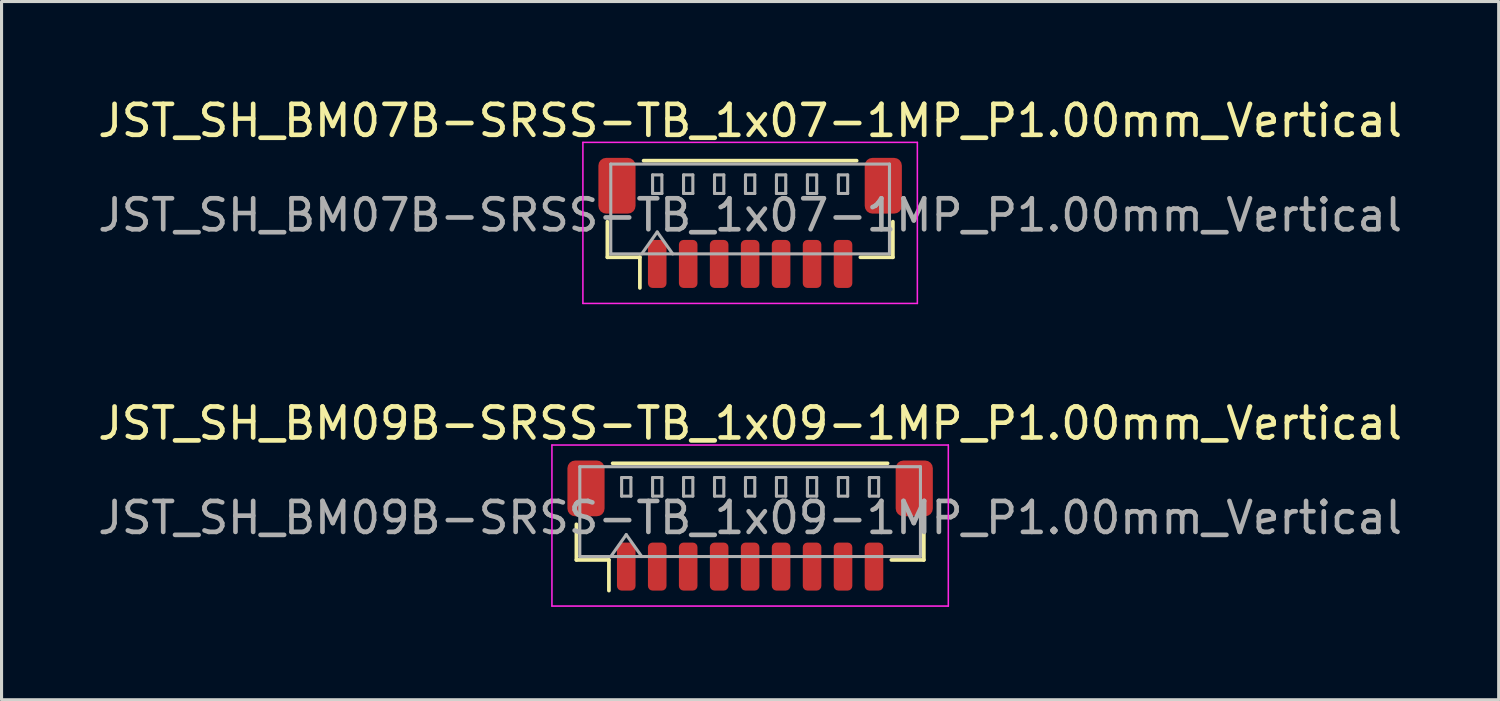
<source format=kicad_pcb>
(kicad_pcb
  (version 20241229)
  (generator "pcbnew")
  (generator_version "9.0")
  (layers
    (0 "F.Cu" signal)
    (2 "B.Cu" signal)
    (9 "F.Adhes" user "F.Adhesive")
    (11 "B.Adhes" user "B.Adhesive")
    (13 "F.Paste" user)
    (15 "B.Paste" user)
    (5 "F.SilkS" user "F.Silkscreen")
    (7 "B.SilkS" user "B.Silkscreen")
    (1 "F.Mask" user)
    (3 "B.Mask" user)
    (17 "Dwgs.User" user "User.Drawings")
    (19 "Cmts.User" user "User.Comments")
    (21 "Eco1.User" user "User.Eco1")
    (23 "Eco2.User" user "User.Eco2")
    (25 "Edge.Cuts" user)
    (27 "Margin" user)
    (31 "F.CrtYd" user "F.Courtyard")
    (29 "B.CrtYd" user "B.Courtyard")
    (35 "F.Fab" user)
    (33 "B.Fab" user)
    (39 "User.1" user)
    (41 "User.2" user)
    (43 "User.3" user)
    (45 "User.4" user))
  (footprint "JST_SH_BM09B-SRSS-TB_1x09-1MP_P1.00mm_Vertical"
    (layer "F.Cu")
    (at 21.173 13.921)
    (property "Reference" "JST_SH_BM09B-SRSS-TB_1x09-1MP_P1.00mm_Vertical" (at 0 -3.3 0) (layer "F.SilkS") (effects (font (size 1 1) (thickness 0.15))))
    (attr smd)
    (fp_line (start -5.61 -0.04) (end -5.61 1.11) (stroke (width 0.12) (type solid)) (layer "F.SilkS"))
    (fp_line (start -5.61 1.11) (end -4.56 1.11) (stroke (width 0.12) (type solid)) (layer "F.SilkS"))
    (fp_line (start -4.56 1.11) (end -4.56 2.1) (stroke (width 0.12) (type solid)) (layer "F.SilkS"))
    (fp_line (start -4.44 -2.01) (end 4.44 -2.01) (stroke (width 0.12) (type solid)) (layer "F.SilkS"))
    (fp_line (start 5.61 -0.04) (end 5.61 1.11) (stroke (width 0.12) (type solid)) (layer "F.SilkS"))
    (fp_line (start 5.61 1.11) (end 4.56 1.11) (stroke (width 0.12) (type solid)) (layer "F.SilkS"))
    (fp_line (start -6.4 -2.6) (end -6.4 2.6) (stroke (width 0.05) (type solid)) (layer "F.CrtYd"))
    (fp_line (start -6.4 2.6) (end 6.4 2.6) (stroke (width 0.05) (type solid)) (layer "F.CrtYd"))
    (fp_line (start 6.4 -2.6) (end -6.4 -2.6) (stroke (width 0.05) (type solid)) (layer "F.CrtYd"))
    (fp_line (start 6.4 2.6) (end 6.4 -2.6) (stroke (width 0.05) (type solid)) (layer "F.CrtYd"))
    (fp_line (start -5.5 -1.9) (end 5.5 -1.9) (stroke (width 0.1) (type solid)) (layer "F.Fab"))
    (fp_line (start -5.5 1) (end -5.5 -1.9) (stroke (width 0.1) (type solid)) (layer "F.Fab"))
    (fp_line (start -5.5 1) (end 5.5 1) (stroke (width 0.1) (type solid)) (layer "F.Fab"))
    (fp_line (start -4.5 1) (end -4 0.293) (stroke (width 0.1) (type solid)) (layer "F.Fab"))
    (fp_line (start -4.15 -1.55) (end -4.15 -0.95) (stroke (width 0.1) (type solid)) (layer "F.Fab"))
    (fp_line (start -4.15 -0.95) (end -3.85 -0.95) (stroke (width 0.1) (type solid)) (layer "F.Fab"))
    (fp_line (start -4 0.293) (end -3.5 1) (stroke (width 0.1) (type solid)) (layer "F.Fab"))
    (fp_line (start -3.85 -1.55) (end -4.15 -1.55) (stroke (width 0.1) (type solid)) (layer "F.Fab"))
    (fp_line (start -3.85 -0.95) (end -3.85 -1.55) (stroke (width 0.1) (type solid)) (layer "F.Fab"))
    (fp_line (start -3.15 -1.55) (end -3.15 -0.95) (stroke (width 0.1) (type solid)) (layer "F.Fab"))
    (fp_line (start -3.15 -0.95) (end -2.85 -0.95) (stroke (width 0.1) (type solid)) (layer "F.Fab"))
    (fp_line (start -2.85 -1.55) (end -3.15 -1.55) (stroke (width 0.1) (type solid)) (layer "F.Fab"))
    (fp_line (start -2.85 -0.95) (end -2.85 -1.55) (stroke (width 0.1) (type solid)) (layer "F.Fab"))
    (fp_line (start -2.15 -1.55) (end -2.15 -0.95) (stroke (width 0.1) (type solid)) (layer "F.Fab"))
    (fp_line (start -2.15 -0.95) (end -1.85 -0.95) (stroke (width 0.1) (type solid)) (layer "F.Fab"))
    (fp_line (start -1.85 -1.55) (end -2.15 -1.55) (stroke (width 0.1) (type solid)) (layer "F.Fab"))
    (fp_line (start -1.85 -0.95) (end -1.85 -1.55) (stroke (width 0.1) (type solid)) (layer "F.Fab"))
    (fp_line (start -1.15 -1.55) (end -1.15 -0.95) (stroke (width 0.1) (type solid)) (layer "F.Fab"))
    (fp_line (start -1.15 -0.95) (end -0.85 -0.95) (stroke (width 0.1) (type solid)) (layer "F.Fab"))
    (fp_line (start -0.85 -1.55) (end -1.15 -1.55) (stroke (width 0.1) (type solid)) (layer "F.Fab"))
    (fp_line (start -0.85 -0.95) (end -0.85 -1.55) (stroke (width 0.1) (type solid)) (layer "F.Fab"))
    (fp_line (start -0.15 -1.55) (end -0.15 -0.95) (stroke (width 0.1) (type solid)) (layer "F.Fab"))
    (fp_line (start -0.15 -0.95) (end 0.15 -0.95) (stroke (width 0.1) (type solid)) (layer "F.Fab"))
    (fp_line (start 0.15 -1.55) (end -0.15 -1.55) (stroke (width 0.1) (type solid)) (layer "F.Fab"))
    (fp_line (start 0.15 -0.95) (end 0.15 -1.55) (stroke (width 0.1) (type solid)) (layer "F.Fab"))
    (fp_line (start 0.85 -1.55) (end 0.85 -0.95) (stroke (width 0.1) (type solid)) (layer "F.Fab"))
    (fp_line (start 0.85 -0.95) (end 1.15 -0.95) (stroke (width 0.1) (type solid)) (layer "F.Fab"))
    (fp_line (start 1.15 -1.55) (end 0.85 -1.55) (stroke (width 0.1) (type solid)) (layer "F.Fab"))
    (fp_line (start 1.15 -0.95) (end 1.15 -1.55) (stroke (width 0.1) (type solid)) (layer "F.Fab"))
    (fp_line (start 1.85 -1.55) (end 1.85 -0.95) (stroke (width 0.1) (type solid)) (layer "F.Fab"))
    (fp_line (start 1.85 -0.95) (end 2.15 -0.95) (stroke (width 0.1) (type solid)) (layer "F.Fab"))
    (fp_line (start 2.15 -1.55) (end 1.85 -1.55) (stroke (width 0.1) (type solid)) (layer "F.Fab"))
    (fp_line (start 2.15 -0.95) (end 2.15 -1.55) (stroke (width 0.1) (type solid)) (layer "F.Fab"))
    (fp_line (start 2.85 -1.55) (end 2.85 -0.95) (stroke (width 0.1) (type solid)) (layer "F.Fab"))
    (fp_line (start 2.85 -0.95) (end 3.15 -0.95) (stroke (width 0.1) (type solid)) (layer "F.Fab"))
    (fp_line (start 3.15 -1.55) (end 2.85 -1.55) (stroke (width 0.1) (type solid)) (layer "F.Fab"))
    (fp_line (start 3.15 -0.95) (end 3.15 -1.55) (stroke (width 0.1) (type solid)) (layer "F.Fab"))
    (fp_line (start 3.85 -1.55) (end 3.85 -0.95) (stroke (width 0.1) (type solid)) (layer "F.Fab"))
    (fp_line (start 3.85 -0.95) (end 4.15 -0.95) (stroke (width 0.1) (type solid)) (layer "F.Fab"))
    (fp_line (start 4.15 -1.55) (end 3.85 -1.55) (stroke (width 0.1) (type solid)) (layer "F.Fab"))
    (fp_line (start 4.15 -0.95) (end 4.15 -1.55) (stroke (width 0.1) (type solid)) (layer "F.Fab"))
    (fp_line (start 5.5 1) (end 5.5 -1.9) (stroke (width 0.1) (type solid)) (layer "F.Fab"))
    (fp_text user "${REFERENCE}" (at 0 -0.25 0) (layer "F.Fab") (effects (font (size 1 1) (thickness 0.15))))
    (pad "1" smd roundrect (at -4 1.325) (size 0.6 1.55) (layers "F.Cu" "F.Mask" "F.Paste") (roundrect_rratio 0.25))
    (pad "2" smd roundrect (at -3 1.325) (size 0.6 1.55) (layers "F.Cu" "F.Mask" "F.Paste") (roundrect_rratio 0.25))
    (pad "3" smd roundrect (at -2 1.325) (size 0.6 1.55) (layers "F.Cu" "F.Mask" "F.Paste") (roundrect_rratio 0.25))
    (pad "4" smd roundrect (at -1 1.325) (size 0.6 1.55) (layers "F.Cu" "F.Mask" "F.Paste") (roundrect_rratio 0.25))
    (pad "5" smd roundrect (at 0 1.325) (size 0.6 1.55) (layers "F.Cu" "F.Mask" "F.Paste") (roundrect_rratio 0.25))
    (pad "6" smd roundrect (at 1 1.325) (size 0.6 1.55) (layers "F.Cu" "F.Mask" "F.Paste") (roundrect_rratio 0.25))
    (pad "7" smd roundrect (at 2 1.325) (size 0.6 1.55) (layers "F.Cu" "F.Mask" "F.Paste") (roundrect_rratio 0.25))
    (pad "8" smd roundrect (at 3 1.325) (size 0.6 1.55) (layers "F.Cu" "F.Mask" "F.Paste") (roundrect_rratio 0.25))
    (pad "9" smd roundrect (at 4 1.325) (size 0.6 1.55) (layers "F.Cu" "F.Mask" "F.Paste") (roundrect_rratio 0.25))
    (pad "MP" smd roundrect (at -5.3 -1.2) (size 1.2 1.8) (layers "F.Cu" "F.Mask" "F.Paste") (roundrect_rratio 0.208))
    (pad "MP" smd roundrect (at 5.3 -1.2) (size 1.2 1.8) (layers "F.Cu" "F.Mask" "F.Paste") (roundrect_rratio 0.208)))
  (footprint "JST_SH_BM07B-SRSS-TB_1x07-1MP_P1.00mm_Vertical"
    (layer "F.Cu")
    (at 21.173 4.148)
    (property "Reference" "JST_SH_BM07B-SRSS-TB_1x07-1MP_P1.00mm_Vertical" (at 0 -3.3 0) (layer "F.SilkS") (effects (font (size 1 1) (thickness 0.15))))
    (attr smd)
    (fp_line (start -4.61 -0.04) (end -4.61 1.11) (stroke (width 0.12) (type solid)) (layer "F.SilkS"))
    (fp_line (start -4.61 1.11) (end -3.56 1.11) (stroke (width 0.12) (type solid)) (layer "F.SilkS"))
    (fp_line (start -3.56 1.11) (end -3.56 2.1) (stroke (width 0.12) (type solid)) (layer "F.SilkS"))
    (fp_line (start -3.44 -2.01) (end 3.44 -2.01) (stroke (width 0.12) (type solid)) (layer "F.SilkS"))
    (fp_line (start 4.61 -0.04) (end 4.61 1.11) (stroke (width 0.12) (type solid)) (layer "F.SilkS"))
    (fp_line (start 4.61 1.11) (end 3.56 1.11) (stroke (width 0.12) (type solid)) (layer "F.SilkS"))
    (fp_line (start -5.4 -2.6) (end -5.4 2.6) (stroke (width 0.05) (type solid)) (layer "F.CrtYd"))
    (fp_line (start -5.4 2.6) (end 5.4 2.6) (stroke (width 0.05) (type solid)) (layer "F.CrtYd"))
    (fp_line (start 5.4 -2.6) (end -5.4 -2.6) (stroke (width 0.05) (type solid)) (layer "F.CrtYd"))
    (fp_line (start 5.4 2.6) (end 5.4 -2.6) (stroke (width 0.05) (type solid)) (layer "F.CrtYd"))
    (fp_line (start -4.5 -1.9) (end 4.5 -1.9) (stroke (width 0.1) (type solid)) (layer "F.Fab"))
    (fp_line (start -4.5 1) (end -4.5 -1.9) (stroke (width 0.1) (type solid)) (layer "F.Fab"))
    (fp_line (start -4.5 1) (end 4.5 1) (stroke (width 0.1) (type solid)) (layer "F.Fab"))
    (fp_line (start -3.5 1) (end -3 0.293) (stroke (width 0.1) (type solid)) (layer "F.Fab"))
    (fp_line (start -3.15 -1.55) (end -3.15 -0.95) (stroke (width 0.1) (type solid)) (layer "F.Fab"))
    (fp_line (start -3.15 -0.95) (end -2.85 -0.95) (stroke (width 0.1) (type solid)) (layer "F.Fab"))
    (fp_line (start -3 0.293) (end -2.5 1) (stroke (width 0.1) (type solid)) (layer "F.Fab"))
    (fp_line (start -2.85 -1.55) (end -3.15 -1.55) (stroke (width 0.1) (type solid)) (layer "F.Fab"))
    (fp_line (start -2.85 -0.95) (end -2.85 -1.55) (stroke (width 0.1) (type solid)) (layer "F.Fab"))
    (fp_line (start -2.15 -1.55) (end -2.15 -0.95) (stroke (width 0.1) (type solid)) (layer "F.Fab"))
    (fp_line (start -2.15 -0.95) (end -1.85 -0.95) (stroke (width 0.1) (type solid)) (layer "F.Fab"))
    (fp_line (start -1.85 -1.55) (end -2.15 -1.55) (stroke (width 0.1) (type solid)) (layer "F.Fab"))
    (fp_line (start -1.85 -0.95) (end -1.85 -1.55) (stroke (width 0.1) (type solid)) (layer "F.Fab"))
    (fp_line (start -1.15 -1.55) (end -1.15 -0.95) (stroke (width 0.1) (type solid)) (layer "F.Fab"))
    (fp_line (start -1.15 -0.95) (end -0.85 -0.95) (stroke (width 0.1) (type solid)) (layer "F.Fab"))
    (fp_line (start -0.85 -1.55) (end -1.15 -1.55) (stroke (width 0.1) (type solid)) (layer "F.Fab"))
    (fp_line (start -0.85 -0.95) (end -0.85 -1.55) (stroke (width 0.1) (type solid)) (layer "F.Fab"))
    (fp_line (start -0.15 -1.55) (end -0.15 -0.95) (stroke (width 0.1) (type solid)) (layer "F.Fab"))
    (fp_line (start -0.15 -0.95) (end 0.15 -0.95) (stroke (width 0.1) (type solid)) (layer "F.Fab"))
    (fp_line (start 0.15 -1.55) (end -0.15 -1.55) (stroke (width 0.1) (type solid)) (layer "F.Fab"))
    (fp_line (start 0.15 -0.95) (end 0.15 -1.55) (stroke (width 0.1) (type solid)) (layer "F.Fab"))
    (fp_line (start 0.85 -1.55) (end 0.85 -0.95) (stroke (width 0.1) (type solid)) (layer "F.Fab"))
    (fp_line (start 0.85 -0.95) (end 1.15 -0.95) (stroke (width 0.1) (type solid)) (layer "F.Fab"))
    (fp_line (start 1.15 -1.55) (end 0.85 -1.55) (stroke (width 0.1) (type solid)) (layer "F.Fab"))
    (fp_line (start 1.15 -0.95) (end 1.15 -1.55) (stroke (width 0.1) (type solid)) (layer "F.Fab"))
    (fp_line (start 1.85 -1.55) (end 1.85 -0.95) (stroke (width 0.1) (type solid)) (layer "F.Fab"))
    (fp_line (start 1.85 -0.95) (end 2.15 -0.95) (stroke (width 0.1) (type solid)) (layer "F.Fab"))
    (fp_line (start 2.15 -1.55) (end 1.85 -1.55) (stroke (width 0.1) (type solid)) (layer "F.Fab"))
    (fp_line (start 2.15 -0.95) (end 2.15 -1.55) (stroke (width 0.1) (type solid)) (layer "F.Fab"))
    (fp_line (start 2.85 -1.55) (end 2.85 -0.95) (stroke (width 0.1) (type solid)) (layer "F.Fab"))
    (fp_line (start 2.85 -0.95) (end 3.15 -0.95) (stroke (width 0.1) (type solid)) (layer "F.Fab"))
    (fp_line (start 3.15 -1.55) (end 2.85 -1.55) (stroke (width 0.1) (type solid)) (layer "F.Fab"))
    (fp_line (start 3.15 -0.95) (end 3.15 -1.55) (stroke (width 0.1) (type solid)) (layer "F.Fab"))
    (fp_line (start 4.5 1) (end 4.5 -1.9) (stroke (width 0.1) (type solid)) (layer "F.Fab"))
    (fp_text user "${REFERENCE}" (at 0 -0.25 0) (layer "F.Fab") (effects (font (size 1 1) (thickness 0.15))))
    (pad "1" smd roundrect (at -3 1.325) (size 0.6 1.55) (layers "F.Cu" "F.Mask" "F.Paste") (roundrect_rratio 0.25))
    (pad "2" smd roundrect (at -2 1.325) (size 0.6 1.55) (layers "F.Cu" "F.Mask" "F.Paste") (roundrect_rratio 0.25))
    (pad "3" smd roundrect (at -1 1.325) (size 0.6 1.55) (layers "F.Cu" "F.Mask" "F.Paste") (roundrect_rratio 0.25))
    (pad "4" smd roundrect (at 0 1.325) (size 0.6 1.55) (layers "F.Cu" "F.Mask" "F.Paste") (roundrect_rratio 0.25))
    (pad "5" smd roundrect (at 1 1.325) (size 0.6 1.55) (layers "F.Cu" "F.Mask" "F.Paste") (roundrect_rratio 0.25))
    (pad "6" smd roundrect (at 2 1.325) (size 0.6 1.55) (layers "F.Cu" "F.Mask" "F.Paste") (roundrect_rratio 0.25))
    (pad "7" smd roundrect (at 3 1.325) (size 0.6 1.55) (layers "F.Cu" "F.Mask" "F.Paste") (roundrect_rratio 0.25))
    (pad "MP" smd roundrect (at -4.3 -1.2) (size 1.2 1.8) (layers "F.Cu" "F.Mask" "F.Paste") (roundrect_rratio 0.208))
    (pad "MP" smd roundrect (at 4.3 -1.2) (size 1.2 1.8) (layers "F.Cu" "F.Mask" "F.Paste") (roundrect_rratio 0.208)))
  (gr_rect
    (start -3 -3)
    (end 45.345 19.547)
    (stroke (width 0.1) (type default))
    (fill no)
    (layer "Edge.Cuts")))
</source>
